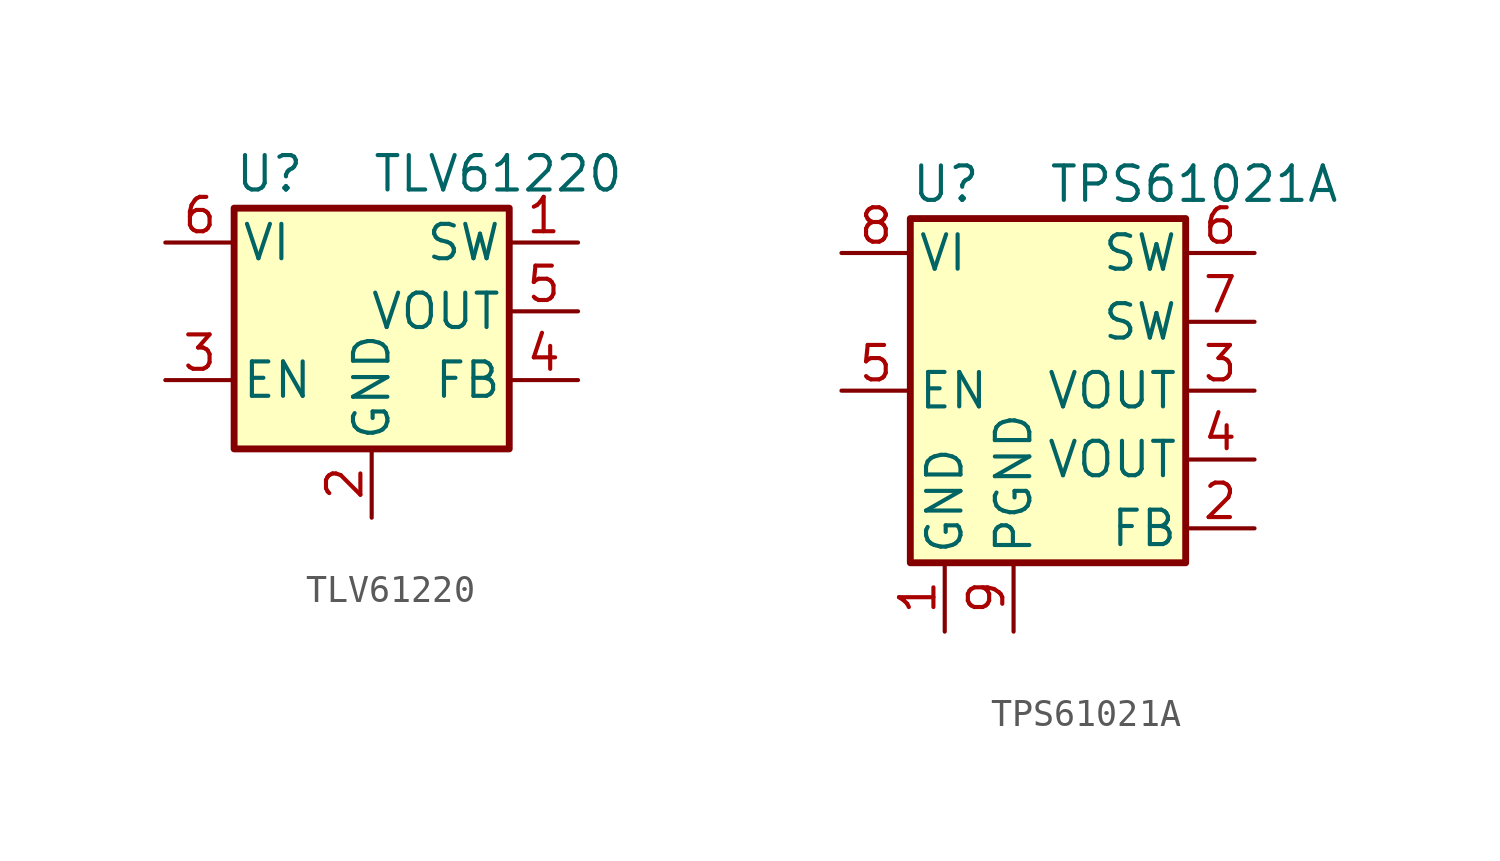
<source format=kicad_sym>
(kicad_symbol_lib
  (version 20211014)
  (generator kicad_symbol_editor)
  (symbol "TLV61220"
    (pin_names
      (offset 0.254))
    (property "Reference" "U"
      (at -5.08 7.62 0)
      (effects (font (size 1.27 1.27)) (justify left)))
    (property "Value" "TLV61220"
      (at 0 7.62 0)
      (effects (font (size 1.27 1.27)) (justify left)))
    (symbol "TLV61220_0_1"
      (rectangle (start -5.08 6.35) (end 5.08 -2.54) (stroke (width 0.254) (type default) (color 0 0 0 0)) (fill (type background))))
    (symbol "TLV61220_1_1"
      (pin power_in line (at 7.62 5.08 180) (length 2.54) (name "SW" (effects (font (size 1.27 1.27)))) (number "1" (effects (font (size 1.27 1.27)))))
      (pin power_in line (at 0 -5.08 90) (length 2.54) (name "GND" (effects (font (size 1.27 1.27)))) (number "2" (effects (font (size 1.27 1.27)))))
      (pin input line (at -7.62 0 0) (length 2.54) (name "EN" (effects (font (size 1.27 1.27)))) (number "3" (effects (font (size 1.27 1.27)))))
      (pin input line (at 7.62 0 180) (length 2.54) (name "FB" (effects (font (size 1.27 1.27)))) (number "4" (effects (font (size 1.27 1.27)))))
      (pin power_out line (at 7.62 2.54 180) (length 2.54) (name "VOUT" (effects (font (size 1.27 1.27)))) (number "5" (effects (font (size 1.27 1.27)))))
      (pin power_in line (at -7.62 5.08 0) (length 2.54) (name "VI" (effects (font (size 1.27 1.27)))) (number "6" (effects (font (size 1.27 1.27)))))))
  (symbol "TPS61021A"
    (pin_names
      (offset 0.254))
    (property "Reference" "U"
      (at -5.08 7.62 0)
      (effects (font (size 1.27 1.27)) (justify left)))
    (property "Value" "TPS61021A"
      (at 0 7.62 0)
      (effects (font (size 1.27 1.27)) (justify left)))
    (symbol "TPS61021A_0_1"
      (rectangle (start -5.08 6.35) (end 5.08 -6.35) (stroke (width 0.254) (type default) (color 0 0 0 0)) (fill (type background))))
    (symbol "TPS61021A_1_1"
      (pin power_in line (at -3.81 -8.89 90) (length 2.54) (name "GND" (effects (font (size 1.27 1.27)))) (number "1" (effects (font (size 1.27 1.27)))))
      (pin input line (at 7.62 -5.08 180) (length 2.54) (name "FB" (effects (font (size 1.27 1.27)))) (number "2" (effects (font (size 1.27 1.27)))))
      (pin power_out line (at 7.62 0 180) (length 2.54) (name "VOUT" (effects (font (size 1.27 1.27)))) (number "3" (effects (font (size 1.27 1.27)))))
      (pin input line (at 7.62 -2.54 180) (length 2.54) (name "VOUT" (effects (font (size 1.27 1.27)))) (number "4" (effects (font (size 1.27 1.27)))))
      (pin input line (at -7.62 0 0) (length 2.54) (name "EN" (effects (font (size 1.27 1.27)))) (number "5" (effects (font (size 1.27 1.27)))))
      (pin power_in line (at 7.62 5.08 180) (length 2.54) (name "SW" (effects (font (size 1.27 1.27)))) (number "6" (effects (font (size 1.27 1.27)))))
      (pin power_in line (at 7.62 2.54 180) (length 2.54) (name "SW" (effects (font (size 1.27 1.27)))) (number "7" (effects (font (size 1.27 1.27)))))
      (pin power_in line (at -7.62 5.08 0) (length 2.54) (name "VI" (effects (font (size 1.27 1.27)))) (number "8" (effects (font (size 1.27 1.27)))))
      (pin power_in line (at -1.27 -8.89 90) (length 2.54) (name "PGND" (effects (font (size 1.27 1.27)))) (number "9" (effects (font (size 1.27 1.27))))))))
</source>
